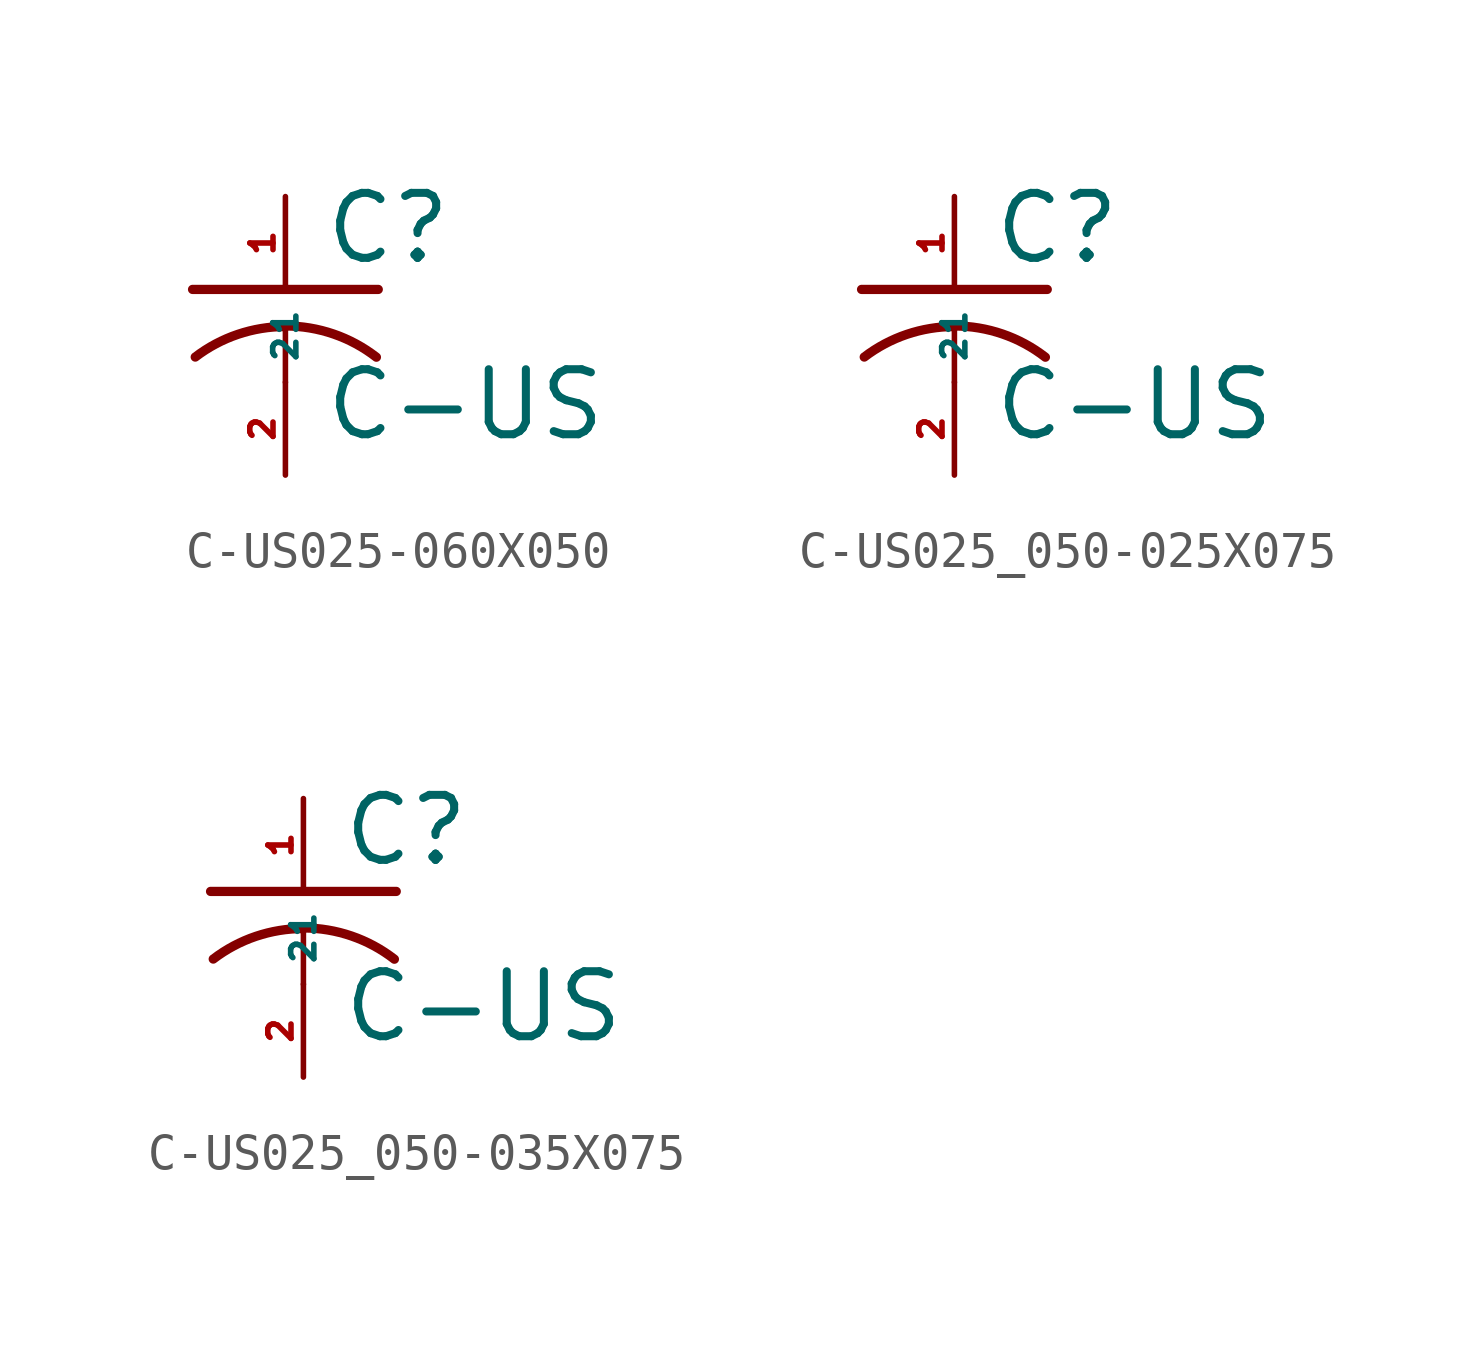
<source format=kicad_sym>
(kicad_symbol_lib
  (version 20220914)
  (generator Eagle2Kicad)
  (symbol "C-US025-060X050"
    (property "Reference" "C"
      (at 1.016 0.635 0)
      (effects (font (size 1.778 1.778) (thickness 0.22)) (justify left bottom)))
    (property "Value" "C-US"
      (at 1.016 -4.191 0)
      (effects (font (size 1.778 1.778) (thickness 0.22)) (justify left bottom)))
    (polyline
      (pts (xy -2.54 0) (xy 2.54 0))
      (stroke (width 0.254) (type default))
      (fill (type none)))
    (polyline
      (pts (xy 0 -1.016) (xy 0 -2.54))
      (stroke (width 0.152) (type default))
      (fill (type none)))
    (arc
      (start 2.4892 -1.8542)
      (mid 1.316 -1.220)
      (end 0 -1)
      (stroke (width 0.254) (type default))
      (fill (type none)))
    (arc
      (start 0 -1.0161)
      (mid -1.302 -1.230)
      (end -2.4668 -1.8504)
      (stroke (width 0.254) (type default))
      (fill (type none)))
    (pin passive line
      (at 0 2.54 270)
      (length 2.54)
      (name "1" (effects (font (size 0.635 0.635) (thickness 0.08)) (justify left bottom)))
      (number "1" (effects (font (size 0.635 0.635) (thickness 0.08)) (justify left bottom))))
    (pin passive line
      (at 0 -5.08 90)
      (length 2.54)
      (name "2" (effects (font (size 0.635 0.635) (thickness 0.08)) (justify left bottom)))
      (number "2" (effects (font (size 0.635 0.635) (thickness 0.08)) (justify left bottom)))))
  (symbol "C-US025_050-025X075"
    (property "Reference" "C"
      (at 1.016 0.635 0)
      (effects (font (size 1.778 1.778) (thickness 0.22)) (justify left bottom)))
    (property "Value" "C-US"
      (at 1.016 -4.191 0)
      (effects (font (size 1.778 1.778) (thickness 0.22)) (justify left bottom)))
    (polyline
      (pts (xy -2.54 0) (xy 2.54 0))
      (stroke (width 0.254) (type default))
      (fill (type none)))
    (polyline
      (pts (xy 0 -1.016) (xy 0 -2.54))
      (stroke (width 0.152) (type default))
      (fill (type none)))
    (arc
      (start 2.4892 -1.8542)
      (mid 1.316 -1.220)
      (end 0 -1)
      (stroke (width 0.254) (type default))
      (fill (type none)))
    (arc
      (start 0 -1.0161)
      (mid -1.302 -1.230)
      (end -2.4668 -1.8504)
      (stroke (width 0.254) (type default))
      (fill (type none)))
    (pin passive line
      (at 0 2.54 270)
      (length 2.54)
      (name "1" (effects (font (size 0.635 0.635) (thickness 0.08)) (justify left bottom)))
      (number "1" (effects (font (size 0.635 0.635) (thickness 0.08)) (justify left bottom))))
    (pin passive line
      (at 0 -5.08 90)
      (length 2.54)
      (name "2" (effects (font (size 0.635 0.635) (thickness 0.08)) (justify left bottom)))
      (number "2" (effects (font (size 0.635 0.635) (thickness 0.08)) (justify left bottom)))))
  (symbol "C-US025_050-035X075"
    (property "Reference" "C"
      (at 1.016 0.635 0)
      (effects (font (size 1.778 1.778) (thickness 0.22)) (justify left bottom)))
    (property "Value" "C-US"
      (at 1.016 -4.191 0)
      (effects (font (size 1.778 1.778) (thickness 0.22)) (justify left bottom)))
    (polyline
      (pts (xy -2.54 0) (xy 2.54 0))
      (stroke (width 0.254) (type default))
      (fill (type none)))
    (polyline
      (pts (xy 0 -1.016) (xy 0 -2.54))
      (stroke (width 0.152) (type default))
      (fill (type none)))
    (arc
      (start 2.4892 -1.8542)
      (mid 1.316 -1.220)
      (end 0 -1)
      (stroke (width 0.254) (type default))
      (fill (type none)))
    (arc
      (start 0 -1.0161)
      (mid -1.302 -1.230)
      (end -2.4668 -1.8504)
      (stroke (width 0.254) (type default))
      (fill (type none)))
    (pin passive line
      (at 0 2.54 270)
      (length 2.54)
      (name "1" (effects (font (size 0.635 0.635) (thickness 0.08)) (justify left bottom)))
      (number "1" (effects (font (size 0.635 0.635) (thickness 0.08)) (justify left bottom))))
    (pin passive line
      (at 0 -5.08 90)
      (length 2.54)
      (name "2" (effects (font (size 0.635 0.635) (thickness 0.08)) (justify left bottom)))
      (number "2" (effects (font (size 0.635 0.635) (thickness 0.08)) (justify left bottom))))))
</source>
